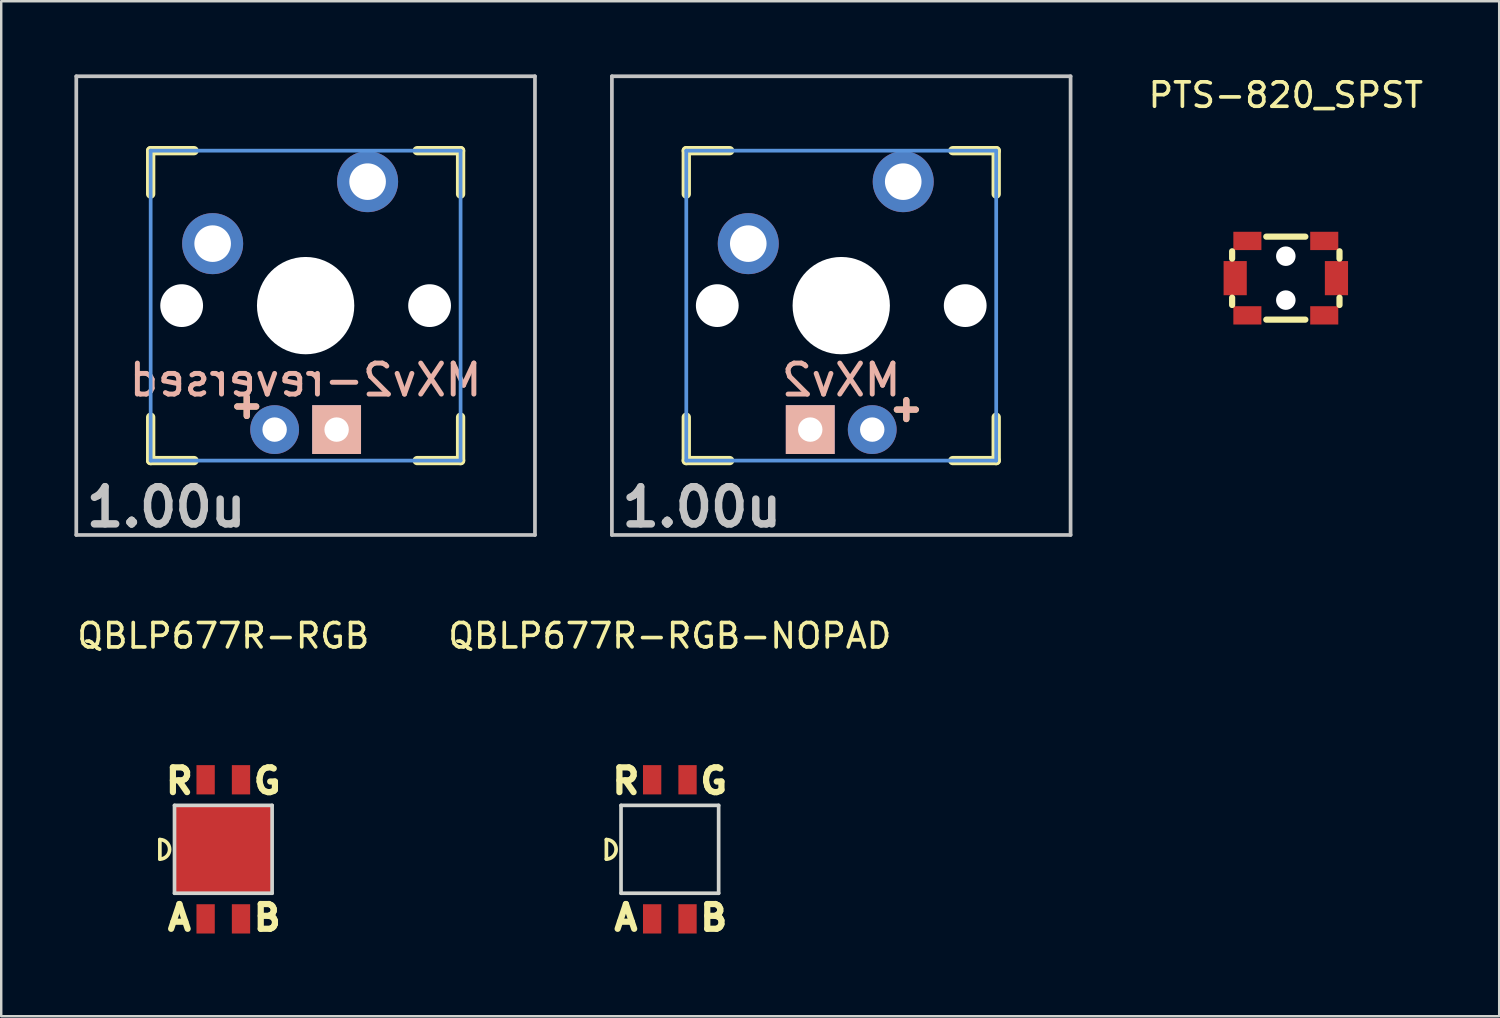
<source format=kicad_pcb>
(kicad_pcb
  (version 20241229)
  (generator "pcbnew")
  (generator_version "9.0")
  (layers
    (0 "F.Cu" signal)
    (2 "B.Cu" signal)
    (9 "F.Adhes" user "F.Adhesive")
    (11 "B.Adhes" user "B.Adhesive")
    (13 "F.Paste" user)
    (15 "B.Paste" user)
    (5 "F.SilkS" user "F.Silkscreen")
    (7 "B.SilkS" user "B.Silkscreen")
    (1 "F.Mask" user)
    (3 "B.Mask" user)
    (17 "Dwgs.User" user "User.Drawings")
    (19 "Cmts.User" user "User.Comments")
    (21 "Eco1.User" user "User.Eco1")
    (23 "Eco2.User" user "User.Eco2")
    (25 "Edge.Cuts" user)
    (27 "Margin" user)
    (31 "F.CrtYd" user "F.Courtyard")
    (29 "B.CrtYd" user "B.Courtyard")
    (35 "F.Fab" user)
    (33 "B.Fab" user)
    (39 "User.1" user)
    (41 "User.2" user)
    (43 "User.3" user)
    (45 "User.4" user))
  (footprint "MXv2-reversed"
    (layer "F.Cu")
    (at 9.474 9.474)
    (property "Reference" "MXv2-reversed" (at 0 3.048 0) (layer "B.SilkS") (effects (font (size 1.27 1.27) (thickness 0.203)) (justify mirror)))
    (attr through_hole)
    (fp_line (start -6.35 -6.35) (end -4.572 -6.35) (stroke (width 0.381) (type solid)) (layer "F.SilkS"))
    (fp_line (start -6.35 -4.572) (end -6.35 -6.35) (stroke (width 0.381) (type solid)) (layer "F.SilkS"))
    (fp_line (start -6.35 6.35) (end -6.35 4.572) (stroke (width 0.381) (type solid)) (layer "F.SilkS"))
    (fp_line (start -4.572 6.35) (end -6.35 6.35) (stroke (width 0.381) (type solid)) (layer "F.SilkS"))
    (fp_line (start 4.572 -6.35) (end 6.35 -6.35) (stroke (width 0.381) (type solid)) (layer "F.SilkS"))
    (fp_line (start 6.35 -6.35) (end 6.35 -4.572) (stroke (width 0.381) (type solid)) (layer "F.SilkS"))
    (fp_line (start 6.35 4.572) (end 6.35 6.35) (stroke (width 0.381) (type solid)) (layer "F.SilkS"))
    (fp_line (start 6.35 6.35) (end 4.572 6.35) (stroke (width 0.381) (type solid)) (layer "F.SilkS"))
    (fp_line (start -9.398 -9.398) (end 9.398 -9.398) (stroke (width 0.152) (type solid)) (layer "Dwgs.User"))
    (fp_line (start -9.398 9.398) (end -9.398 -9.398) (stroke (width 0.152) (type solid)) (layer "Dwgs.User"))
    (fp_line (start 9.398 -9.398) (end 9.398 9.398) (stroke (width 0.152) (type solid)) (layer "Dwgs.User"))
    (fp_line (start 9.398 9.398) (end -9.398 9.398) (stroke (width 0.152) (type solid)) (layer "Dwgs.User"))
    (fp_line (start -6.35 -6.35) (end 6.35 -6.35) (stroke (width 0.152) (type solid)) (layer "Cmts.User"))
    (fp_line (start -6.35 6.35) (end -6.35 -6.35) (stroke (width 0.152) (type solid)) (layer "Cmts.User"))
    (fp_line (start 6.35 -6.35) (end 6.35 6.35) (stroke (width 0.152) (type solid)) (layer "Cmts.User"))
    (fp_line (start 6.35 6.35) (end -6.35 6.35) (stroke (width 0.152) (type solid)) (layer "Cmts.User"))
    (fp_line (start -6.985 -6.985) (end 6.985 -6.985) (stroke (width 0.152) (type solid)) (layer "Eco2.User"))
    (fp_line (start -6.985 6.985) (end -6.985 -6.985) (stroke (width 0.152) (type solid)) (layer "Eco2.User"))
    (fp_line (start 6.985 -6.985) (end 6.985 6.985) (stroke (width 0.152) (type solid)) (layer "Eco2.User"))
    (fp_line (start 6.985 6.985) (end -6.985 6.985) (stroke (width 0.152) (type solid)) (layer "Eco2.User"))
    (fp_text user "+" (at -2.413 4.064 0) (layer "F.SilkS") (effects (font (size 1.016 1.016) (thickness 0.254))))
    (fp_text user "+" (at -2.413 4.064 0) (layer "B.SilkS") (effects (font (size 1.016 1.016) (thickness 0.254)) (justify mirror)))
    (fp_text user "1.00u" (at -5.715 8.255 0) (layer "Dwgs.User") (effects (font (size 1.524 1.524) (thickness 0.305))))
    (pad "" np_thru_hole circle (at -5.08 0) (size 1.753 1.753) (drill 1.753) (layers "*.Cu" "*.Mask"))
    (pad "" np_thru_hole circle (at 0 0) (size 3.988 3.988) (drill 3.988) (layers "*.Cu"))
    (pad "" np_thru_hole circle (at 5.08 0) (size 1.753 1.753) (drill 1.753) (layers "*.Cu" "*.Mask"))
    (pad "A" thru_hole circle (at -1.27 5.08) (size 2 2) (drill 1) (layers "*.Cu" "*.Mask"))
    (pad "K" thru_hole rect (at 1.27 5.08) (size 2 2) (drill 1) (layers "*.Cu" "*.Mask" "B.SilkS"))
    (pad "SW1" thru_hole circle (at -3.81 -2.54) (size 2.5 2.5) (drill 1.499) (layers "*.Cu" "*.Mask"))
    (pad "SW2" thru_hole circle (at 2.54 -5.08) (size 2.5 2.5) (drill 1.499) (layers "*.Cu" "*.Mask")))
  (footprint "QBLP677R-RGB-NOPAD"
    (layer "F.Cu")
    (at 24.399 31.754)
    (property "Reference" "QBLP677R-RGB-NOPAD" (at 0 -8.75 0) (layer "F.SilkS") (effects (font (size 1 1) (thickness 0.15))))
    (attr through_hole)
    (fp_line (start -2.6 -0.4) (end -2.6 0.4) (stroke (width 0.15) (type solid)) (layer "F.SilkS"))
    (fp_arc (start -2.6 -0.4) (mid -2.2 0) (end -2.6 0.4) (stroke (width 0.15) (type solid)) (layer "F.SilkS"))
    (fp_line (start -2 1.8) (end -2 -1.8) (stroke (width 0.15) (type solid)) (layer "Edge.Cuts"))
    (fp_line (start 2 -1.8) (end -2 -1.8) (stroke (width 0.15) (type solid)) (layer "Edge.Cuts"))
    (fp_line (start 2 1.8) (end -2 1.8) (stroke (width 0.15) (type solid)) (layer "Edge.Cuts"))
    (fp_line (start 2 1.8) (end 2 -1.8) (stroke (width 0.15) (type solid)) (layer "Edge.Cuts"))
    (fp_text user "A" (at -1.8 2.8 0) (layer "F.SilkS") (effects (font (size 1.016 1.016) (thickness 0.254))))
    (fp_text user "G" (at 1.8 -2.8 0) (layer "F.SilkS") (effects (font (size 1.016 1.016) (thickness 0.254))))
    (fp_text user "B" (at 1.8 2.8 0) (layer "F.SilkS") (effects (font (size 1.016 1.016) (thickness 0.254))))
    (fp_text user "R" (at -1.8 -2.8 0) (layer "F.SilkS") (effects (font (size 1.016 1.016) (thickness 0.254))))
    (pad "A" smd rect (at -0.725 2.85 90) (size 1.2 0.75) (layers "F.Cu" "F.Mask" "F.Paste"))
    (pad "B" smd rect (at 0.725 2.85 90) (size 1.2 0.75) (layers "F.Cu" "F.Mask" "F.Paste"))
    (pad "G" smd rect (at 0.725 -2.85 90) (size 1.2 0.75) (layers "F.Cu" "F.Mask" "F.Paste"))
    (pad "R" smd rect (at -0.725 -2.85 90) (size 1.2 0.75) (layers "F.Cu" "F.Mask" "F.Paste")))
  (footprint "QBLP677R-RGB"
    (layer "F.Cu")
    (at 6.101 31.754)
    (property "Reference" "QBLP677R-RGB" (at 0 -8.75 0) (layer "F.SilkS") (effects (font (size 1 1) (thickness 0.15))))
    (attr through_hole)
    (fp_line (start -2.6 -0.4) (end -2.6 0.4) (stroke (width 0.15) (type solid)) (layer "F.SilkS"))
    (fp_arc (start -2.6 -0.4) (mid -2.2 0) (end -2.6 0.4) (stroke (width 0.15) (type solid)) (layer "F.SilkS"))
    (fp_line (start -2 1.8) (end -2 -1.8) (stroke (width 0.15) (type solid)) (layer "Edge.Cuts"))
    (fp_line (start 2 -1.8) (end -2 -1.8) (stroke (width 0.15) (type solid)) (layer "Edge.Cuts"))
    (fp_line (start 2 1.8) (end -2 1.8) (stroke (width 0.15) (type solid)) (layer "Edge.Cuts"))
    (fp_line (start 2 1.8) (end 2 -1.8) (stroke (width 0.15) (type solid)) (layer "Edge.Cuts"))
    (fp_text user "G" (at 1.8 -2.8 0) (layer "F.SilkS") (effects (font (size 1.016 1.016) (thickness 0.254))))
    (fp_text user "R" (at -1.8 -2.8 0) (layer "F.SilkS") (effects (font (size 1.016 1.016) (thickness 0.254))))
    (fp_text user "B" (at 1.8 2.8 0) (layer "F.SilkS") (effects (font (size 1.016 1.016) (thickness 0.254))))
    (fp_text user "A" (at -1.8 2.8 0) (layer "F.SilkS") (effects (font (size 1.016 1.016) (thickness 0.254))))
    (pad "1" smd rect (at 0 0) (size 4 3.6) (layers "F.Cu" "F.Mask" "F.Paste"))
    (pad "A" smd rect (at -0.725 2.85 90) (size 1.2 0.75) (layers "F.Cu" "F.Mask" "F.Paste"))
    (pad "B" smd rect (at 0.725 2.85 90) (size 1.2 0.75) (layers "F.Cu" "F.Mask" "F.Paste"))
    (pad "G" smd rect (at 0.725 -2.85 90) (size 1.2 0.75) (layers "F.Cu" "F.Mask" "F.Paste"))
    (pad "R" smd rect (at -0.725 -2.85 90) (size 1.2 0.75) (layers "F.Cu" "F.Mask" "F.Paste")))
  (footprint "MXv2"
    (layer "F.Cu")
    (at 31.423 9.474)
    (property "Reference" "MXv2" (at 0 3.048 0) (layer "B.SilkS") (effects (font (size 1.27 1.27) (thickness 0.203)) (justify mirror)))
    (attr through_hole)
    (fp_line (start -6.35 -6.35) (end -4.572 -6.35) (stroke (width 0.381) (type solid)) (layer "F.SilkS"))
    (fp_line (start -6.35 -4.572) (end -6.35 -6.35) (stroke (width 0.381) (type solid)) (layer "F.SilkS"))
    (fp_line (start -6.35 6.35) (end -6.35 4.572) (stroke (width 0.381) (type solid)) (layer "F.SilkS"))
    (fp_line (start -4.572 6.35) (end -6.35 6.35) (stroke (width 0.381) (type solid)) (layer "F.SilkS"))
    (fp_line (start 4.572 -6.35) (end 6.35 -6.35) (stroke (width 0.381) (type solid)) (layer "F.SilkS"))
    (fp_line (start 6.35 -6.35) (end 6.35 -4.572) (stroke (width 0.381) (type solid)) (layer "F.SilkS"))
    (fp_line (start 6.35 4.572) (end 6.35 6.35) (stroke (width 0.381) (type solid)) (layer "F.SilkS"))
    (fp_line (start 6.35 6.35) (end 4.572 6.35) (stroke (width 0.381) (type solid)) (layer "F.SilkS"))
    (fp_line (start -9.398 -9.398) (end 9.398 -9.398) (stroke (width 0.152) (type solid)) (layer "Dwgs.User"))
    (fp_line (start -9.398 9.398) (end -9.398 -9.398) (stroke (width 0.152) (type solid)) (layer "Dwgs.User"))
    (fp_line (start 9.398 -9.398) (end 9.398 9.398) (stroke (width 0.152) (type solid)) (layer "Dwgs.User"))
    (fp_line (start 9.398 9.398) (end -9.398 9.398) (stroke (width 0.152) (type solid)) (layer "Dwgs.User"))
    (fp_line (start -6.35 -6.35) (end 6.35 -6.35) (stroke (width 0.152) (type solid)) (layer "Cmts.User"))
    (fp_line (start -6.35 6.35) (end -6.35 -6.35) (stroke (width 0.152) (type solid)) (layer "Cmts.User"))
    (fp_line (start 6.35 -6.35) (end 6.35 6.35) (stroke (width 0.152) (type solid)) (layer "Cmts.User"))
    (fp_line (start 6.35 6.35) (end -6.35 6.35) (stroke (width 0.152) (type solid)) (layer "Cmts.User"))
    (fp_line (start -6.985 -6.985) (end 6.985 -6.985) (stroke (width 0.152) (type solid)) (layer "Eco2.User"))
    (fp_line (start -6.985 6.985) (end -6.985 -6.985) (stroke (width 0.152) (type solid)) (layer "Eco2.User"))
    (fp_line (start 6.985 -6.985) (end 6.985 6.985) (stroke (width 0.152) (type solid)) (layer "Eco2.User"))
    (fp_line (start 6.985 6.985) (end -6.985 6.985) (stroke (width 0.152) (type solid)) (layer "Eco2.User"))
    (fp_text user "+" (at 2.667 4.191 0) (layer "F.SilkS") (effects (font (size 1.016 1.016) (thickness 0.254))))
    (fp_text user "+" (at 2.667 4.191 0) (layer "B.SilkS") (effects (font (size 1.016 1.016) (thickness 0.254)) (justify mirror)))
    (fp_text user "1.00u" (at -5.715 8.255 0) (layer "Dwgs.User") (effects (font (size 1.524 1.524) (thickness 0.305))))
    (pad "" np_thru_hole circle (at -5.08 0) (size 1.753 1.753) (drill 1.753) (layers "*.Cu" "*.Mask"))
    (pad "" np_thru_hole circle (at 0 0) (size 3.988 3.988) (drill 3.988) (layers "*.Cu"))
    (pad "" np_thru_hole circle (at 5.08 0) (size 1.753 1.753) (drill 1.753) (layers "*.Cu" "*.Mask"))
    (pad "A" thru_hole circle (at 1.27 5.08) (size 2 2) (drill 1) (layers "*.Cu" "*.Mask"))
    (pad "K" thru_hole rect (at -1.27 5.08) (size 2 2) (drill 1) (layers "*.Cu" "*.Mask" "B.SilkS"))
    (pad "SW1" thru_hole circle (at -3.81 -2.54) (size 2.5 2.5) (drill 1.499) (layers "*.Cu" "*.Mask"))
    (pad "SW2" thru_hole circle (at 2.54 -5.08) (size 2.5 2.5) (drill 1.499) (layers "*.Cu" "*.Mask")))
  (footprint "PTS-820_SPST"
    (layer "F.Cu")
    (at 49.641 8.348)
    (property "Reference" "PTS-820_SPST" (at 0 -7.5 0) (layer "F.SilkS") (effects (font (size 1 1) (thickness 0.15))))
    (attr through_hole)
    (fp_line (start -2.2 -1.1) (end -2.2 -0.8) (stroke (width 0.254) (type solid)) (layer "F.SilkS"))
    (fp_line (start -2.2 0.8) (end -2.2 1.1) (stroke (width 0.254) (type solid)) (layer "F.SilkS"))
    (fp_line (start -0.8 -1.7) (end 0.8 -1.7) (stroke (width 0.254) (type solid)) (layer "F.SilkS"))
    (fp_line (start -0.8 1.7) (end 0.8 1.7) (stroke (width 0.254) (type solid)) (layer "F.SilkS"))
    (fp_line (start 2.2 -1.1) (end 2.2 -0.8) (stroke (width 0.254) (type solid)) (layer "F.SilkS"))
    (fp_line (start 2.2 0.8) (end 2.2 1.1) (stroke (width 0.254) (type solid)) (layer "F.SilkS"))
    (pad "" np_thru_hole circle (at 0 -0.9) (size 0.8 0.8) (drill 0.8) (layers "*.Cu" "*.Mask"))
    (pad "" np_thru_hole circle (at 0 0.9) (size 0.8 0.8) (drill 0.8) (layers "*.Cu" "*.Mask"))
    (pad "1" smd rect (at -2.075 0) (size 0.95 1.4) (layers "F.Cu" "F.Mask" "F.Paste"))
    (pad "2" smd rect (at 2.075 0) (size 0.95 1.4) (layers "F.Cu" "F.Mask" "F.Paste"))
    (pad "3" smd rect (at -1.575 -1.525) (size 1.15 0.75) (layers "F.Cu" "F.Mask" "F.Paste"))
    (pad "3" smd rect (at -1.575 1.525) (size 1.15 0.75) (layers "F.Cu" "F.Mask" "F.Paste"))
    (pad "3" smd rect (at 1.575 -1.525) (size 1.15 0.75) (layers "F.Cu" "F.Mask" "F.Paste"))
    (pad "3" smd rect (at 1.575 1.525) (size 1.15 0.75) (layers "F.Cu" "F.Mask" "F.Paste")))
  (gr_rect
    (start -3 -3)
    (end 58.385 38.594)
    (stroke (width 0.1) (type default))
    (fill no)
    (layer "Edge.Cuts")))
</source>
